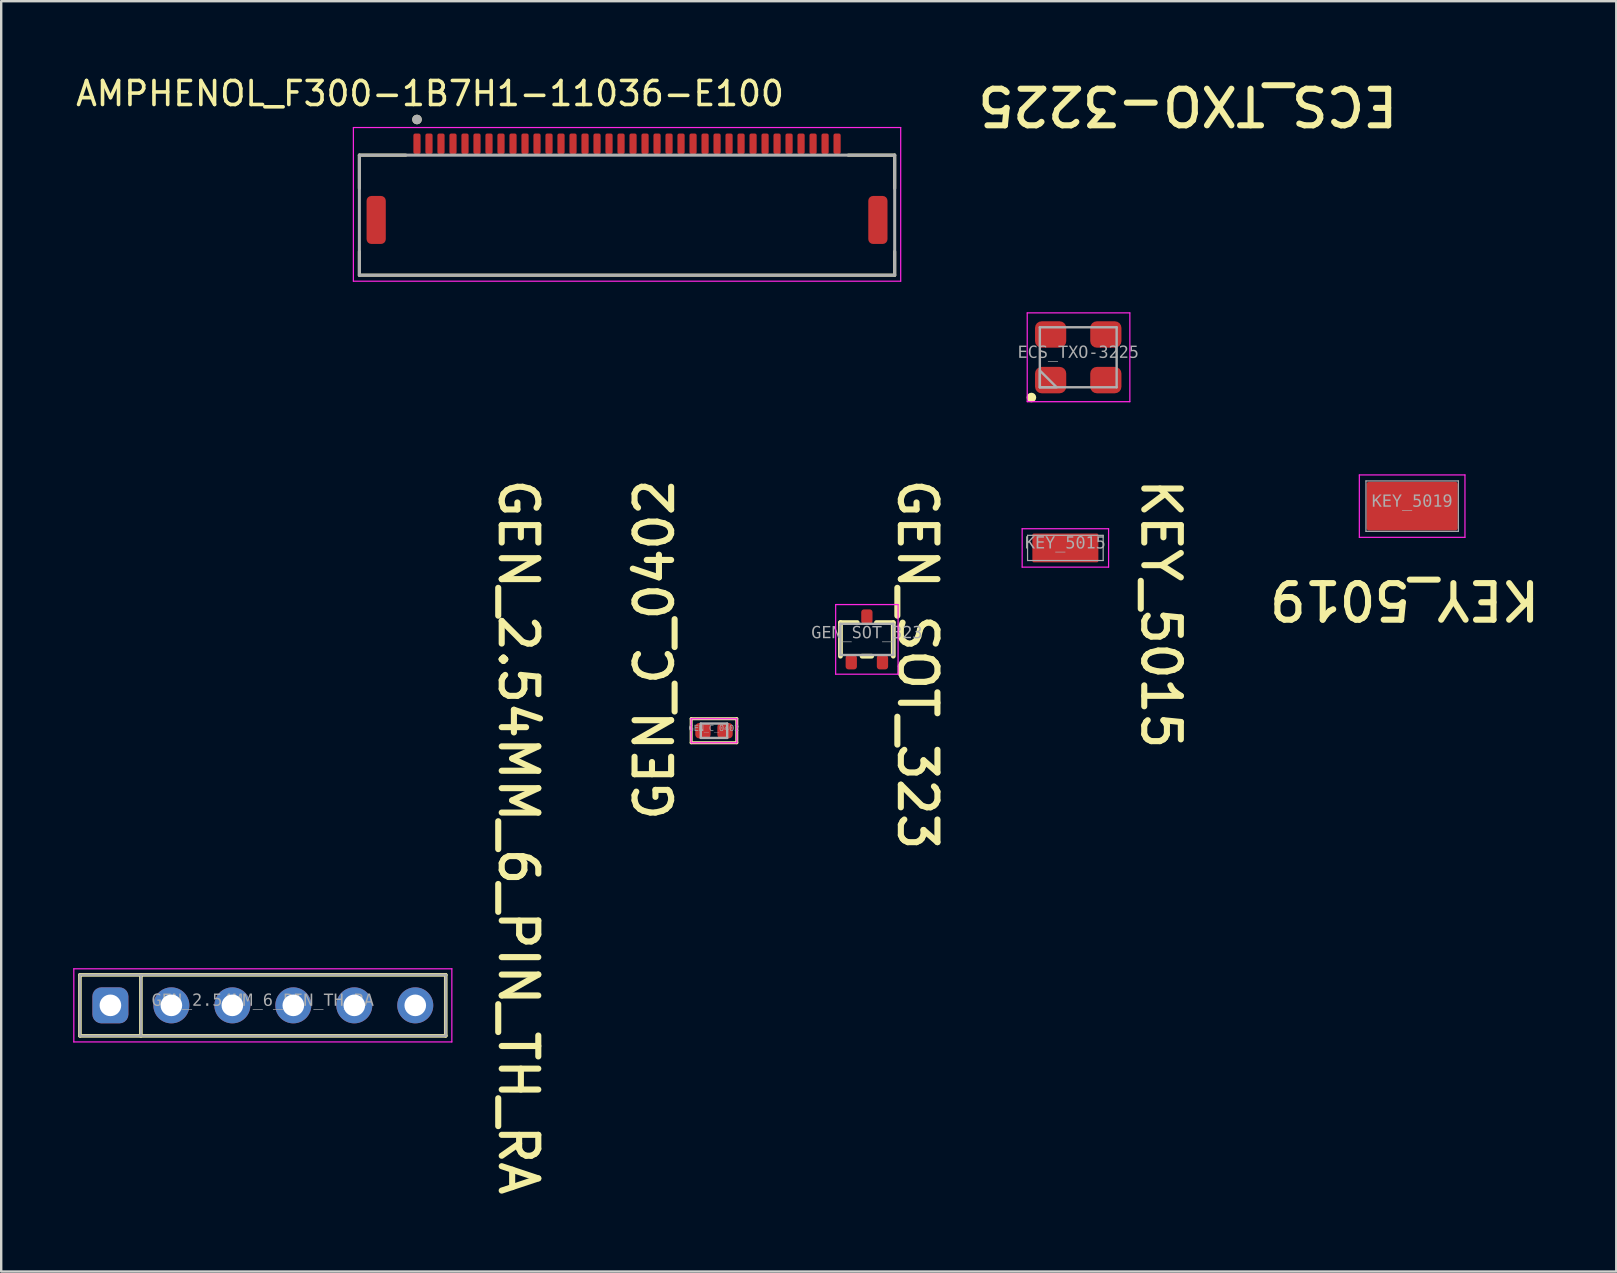
<source format=kicad_pcb>
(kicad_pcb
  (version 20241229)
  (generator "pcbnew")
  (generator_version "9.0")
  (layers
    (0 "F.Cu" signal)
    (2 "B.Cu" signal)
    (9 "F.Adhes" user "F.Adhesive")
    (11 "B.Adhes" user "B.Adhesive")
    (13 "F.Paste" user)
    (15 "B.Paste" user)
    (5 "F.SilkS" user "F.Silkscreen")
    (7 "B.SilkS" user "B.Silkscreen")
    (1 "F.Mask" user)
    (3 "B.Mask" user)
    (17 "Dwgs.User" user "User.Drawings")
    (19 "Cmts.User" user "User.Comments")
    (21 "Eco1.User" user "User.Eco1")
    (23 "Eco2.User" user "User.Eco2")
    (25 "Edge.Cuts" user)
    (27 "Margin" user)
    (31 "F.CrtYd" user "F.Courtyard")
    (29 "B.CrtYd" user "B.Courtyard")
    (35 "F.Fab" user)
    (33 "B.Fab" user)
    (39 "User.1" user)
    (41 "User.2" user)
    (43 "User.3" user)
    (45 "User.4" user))
  (footprint "GEN_C_0402"
    (layer "F.Cu")
    (at 26.693 27.39)
    (property "Reference" "GEN_C_0402" (at -2.477 -3.377 90) (unlocked yes) (layer "F.SilkS") (effects (font (size 1.524 1.524) (thickness 0.254))))
    (fp_line (start -0.95 -0.5) (end -0.95 0.5) (stroke (width 0.127) (type solid)) (layer "F.SilkS"))
    (fp_line (start 0.95 -0.5) (end -0.95 -0.5) (stroke (width 0.127) (type solid)) (layer "F.SilkS"))
    (fp_line (start 0.95 -0.5) (end 0.95 0.5) (stroke (width 0.127) (type solid)) (layer "F.SilkS"))
    (fp_line (start 0.95 0.5) (end -0.95 0.5) (stroke (width 0.127) (type solid)) (layer "F.SilkS"))
    (fp_line (start -0.95 -0.5) (end -0.95 0.5) (stroke (width 0.05) (type solid)) (layer "F.CrtYd"))
    (fp_line (start 0.95 -0.5) (end -0.95 -0.5) (stroke (width 0.05) (type solid)) (layer "F.CrtYd"))
    (fp_line (start 0.95 -0.5) (end 0.95 0.5) (stroke (width 0.05) (type solid)) (layer "F.CrtYd"))
    (fp_line (start 0.95 0.5) (end -0.95 0.5) (stroke (width 0.05) (type solid)) (layer "F.CrtYd"))
    (fp_line (start -0.55 -0.3) (end -0.55 0.3) (stroke (width 0.1) (type solid)) (layer "F.Fab"))
    (fp_line (start 0.55 -0.3) (end -0.55 -0.3) (stroke (width 0.1) (type solid)) (layer "F.Fab"))
    (fp_line (start 0.55 -0.3) (end 0.55 0.3) (stroke (width 0.1) (type solid)) (layer "F.Fab"))
    (fp_line (start 0.55 0.3) (end -0.55 0.3) (stroke (width 0.1) (type solid)) (layer "F.Fab"))
    (fp_line (start 0 -0.3) (end 0 0.3) (stroke (width 0.1) (type solid)) (layer "User.2"))
    (fp_line (start 0.3 0) (end -0.3 0) (stroke (width 0.1) (type solid)) (layer "User.2"))
    (fp_text user "${REFERENCE}" (at 0.000005 -0.093 0) (unlocked yes) (layer "F.Fab") (effects (font (face "Consolas") (size 0.25 0.25) (thickness 0.254))))
    (pad "1" smd roundrect (at -0.46 0 90) (size 0.64 0.64) (layers "F.Cu" "F.Mask" "F.Paste") (roundrect_rratio 0.25))
    (pad "2" smd roundrect (at 0.46 0 90) (size 0.64 0.64) (layers "F.Cu" "F.Mask" "F.Paste") (roundrect_rratio 0.25)))
  (footprint "ECS_TXO-3225"
    (layer "F.Cu")
    (at 41.867 11.834)
    (property "Reference" "ECS_TXO-3225" (at 4.565 -10.496 180) (unlocked yes) (layer "F.SilkS") (effects (font (size 1.524 1.524) (thickness 0.254))))
    (fp_circle (center -1.95 1.675) (end -1.95 1.775) (stroke (width 0.2) (type solid)) (fill no) (layer "F.SilkS"))
    (fp_line (start -2.125 -1.85) (end -2.125 1.85) (stroke (width 0.05) (type solid)) (layer "F.CrtYd"))
    (fp_line (start 2.15 -1.85) (end -2.125 -1.85) (stroke (width 0.05) (type solid)) (layer "F.CrtYd"))
    (fp_line (start 2.15 -1.85) (end 2.15 1.85) (stroke (width 0.05) (type solid)) (layer "F.CrtYd"))
    (fp_line (start 2.15 1.85) (end -2.125 1.85) (stroke (width 0.05) (type solid)) (layer "F.CrtYd"))
    (fp_line (start -1.6 -1.25) (end -1.6 1.25) (stroke (width 0.1) (type solid)) (layer "F.Fab"))
    (fp_line (start 1.6 -1.25) (end -1.6 -1.25) (stroke (width 0.1) (type solid)) (layer "F.Fab"))
    (fp_line (start 1.6 -1.25) (end 1.6 1.25) (stroke (width 0.1) (type solid)) (layer "F.Fab"))
    (fp_line (start 1.6 1.25) (end -1.6 1.25) (stroke (width 0.1) (type solid)) (layer "F.Fab"))
    (fp_poly (pts (xy -0.9 1.25) (xy -1.6 0.55) (xy -1.6 1.25)) (stroke (width 0.1) (type default)) (fill no) (layer "F.Fab"))
    (fp_line (start 0 -0.3) (end 0 0.3) (stroke (width 0.1) (type solid)) (layer "User.1"))
    (fp_line (start 0.3 0) (end -0.3 0) (stroke (width 0.1) (type solid)) (layer "User.1"))
    (fp_text user "${REFERENCE}" (at 0 -0.184 0) (unlocked yes) (layer "F.Fab") (effects (font (face "Consolas") (size 0.5 0.5) (thickness 0.254))))
    (pad "1" smd roundrect (at -1.15 0.95) (size 1.3 1.1) (layers "F.Cu" "F.Mask" "F.Paste") (roundrect_rratio 0.25))
    (pad "2" smd roundrect (at 1.15 0.95 180) (size 1.3 1.1) (layers "F.Cu" "F.Mask" "F.Paste") (roundrect_rratio 0.25))
    (pad "3" smd roundrect (at 1.15 -0.95 180) (size 1.3 1.1) (layers "F.Cu" "F.Mask" "F.Paste") (roundrect_rratio 0.25))
    (pad "4" smd roundrect (at -1.15 -0.95) (size 1.3 1.1) (layers "F.Cu" "F.Mask" "F.Paste") (roundrect_rratio 0.25)))
  (footprint "GEN_2.54MM_6_PIN_TH_RA"
    (layer "F.Cu")
    (at 7.899 38.831)
    (property "Reference" "GEN_2.54MM_6_PIN_TH_RA" (at 10.643 -7.016 270) (unlocked yes) (layer "F.SilkS") (effects (font (size 1.524 1.524) (thickness 0.254))))
    (fp_line (start -7.62 -1.27) (end 7.62 -1.27) (stroke (width 0.15) (type solid)) (layer "F.SilkS"))
    (fp_line (start -7.62 1.27) (end -7.62 -1.27) (stroke (width 0.15) (type solid)) (layer "F.SilkS"))
    (fp_line (start -7.62 1.27) (end 7.62 1.27) (stroke (width 0.15) (type solid)) (layer "F.SilkS"))
    (fp_line (start -5.08 1.27) (end -5.08 -1.27) (stroke (width 0.15) (type solid)) (layer "F.SilkS"))
    (fp_line (start 7.62 1.27) (end 7.62 -1.27) (stroke (width 0.15) (type solid)) (layer "F.SilkS"))
    (fp_line (start -7.874 -1.524) (end 7.874 -1.524) (stroke (width 0.05) (type solid)) (layer "F.CrtYd"))
    (fp_line (start -7.874 1.524) (end -7.874 -1.524) (stroke (width 0.05) (type solid)) (layer "F.CrtYd"))
    (fp_line (start -7.874 1.524) (end 7.874 1.524) (stroke (width 0.05) (type solid)) (layer "F.CrtYd"))
    (fp_line (start 7.874 1.524) (end 7.874 -1.524) (stroke (width 0.05) (type solid)) (layer "F.CrtYd"))
    (fp_line (start -7.62 -1.27) (end 7.62 -1.27) (stroke (width 0.1) (type solid)) (layer "F.Fab"))
    (fp_line (start -7.62 1.27) (end -7.62 -1.27) (stroke (width 0.1) (type solid)) (layer "F.Fab"))
    (fp_line (start -7.62 1.27) (end 7.62 1.27) (stroke (width 0.1) (type solid)) (layer "F.Fab"))
    (fp_line (start -5.08 1.27) (end -5.08 -1.27) (stroke (width 0.1) (type solid)) (layer "F.Fab"))
    (fp_line (start 7.62 1.27) (end 7.62 -1.27) (stroke (width 0.1) (type solid)) (layer "F.Fab"))
    (fp_line (start -0.5 0) (end 0.5 0) (stroke (width 0.1) (type solid)) (layer "User.2"))
    (fp_line (start 0 0.5) (end 0 -0.5) (stroke (width 0.1) (type solid)) (layer "User.2"))
    (fp_text user "${REFERENCE}" (at 0 -0.189 0) (unlocked yes) (layer "F.Fab") (effects (font (face "Consolas") (size 0.5 0.5) (thickness 0.254))))
    (pad "1" thru_hole roundrect (at -6.35 0) (size 1.5 1.5) (drill 0.9) (layers "*.Cu" "*.Mask") (roundrect_rratio 0.25))
    (pad "2" thru_hole circle (at -3.81 0) (size 1.5 1.5) (drill 0.9) (layers "*.Cu" "*.Mask"))
    (pad "3" thru_hole circle (at -1.27 0) (size 1.5 1.5) (drill 0.9) (layers "*.Cu" "*.Mask"))
    (pad "4" thru_hole circle (at 1.27 0) (size 1.5 1.5) (drill 0.9) (layers "*.Cu" "*.Mask"))
    (pad "5" thru_hole circle (at 3.81 0) (size 1.5 1.5) (drill 0.9) (layers "*.Cu" "*.Mask"))
    (pad "6" thru_hole circle (at 6.35 0) (size 1.5 1.5) (drill 0.9) (layers "*.Cu" "*.Mask")))
  (footprint "KEY_5015"
    (layer "F.Cu")
    (at 41.331 19.776)
    (property "Reference" "KEY_5015" (at 3.978 2.75 270) (unlocked yes) (layer "F.SilkS") (effects (font (size 1.524 1.524) (thickness 0.254))))
    (fp_line (start -1.8 -0.8) (end 1.8 -0.8) (stroke (width 0.05) (type solid)) (layer "F.CrtYd"))
    (fp_line (start -1.8 0.8) (end -1.8 -0.8) (stroke (width 0.05) (type solid)) (layer "F.CrtYd"))
    (fp_line (start -1.8 0.8) (end 1.8 0.8) (stroke (width 0.05) (type solid)) (layer "F.CrtYd"))
    (fp_line (start 1.8 0.8) (end 1.8 -0.8) (stroke (width 0.05) (type solid)) (layer "F.CrtYd"))
    (fp_line (start -1.575 -0.525) (end 1.575 -0.525) (stroke (width 0.05) (type solid)) (layer "F.Fab"))
    (fp_line (start -1.575 0.525) (end -1.575 -0.525) (stroke (width 0.05) (type solid)) (layer "F.Fab"))
    (fp_line (start -1.575 0.525) (end 1.575 0.525) (stroke (width 0.05) (type solid)) (layer "F.Fab"))
    (fp_line (start 1.575 0.525) (end 1.575 -0.525) (stroke (width 0.05) (type solid)) (layer "F.Fab"))
    (fp_line (start -0.3 0) (end 0.3 0) (stroke (width 0.1) (type solid)) (layer "User.2"))
    (fp_line (start 0 0.3) (end 0 -0.3) (stroke (width 0.1) (type solid)) (layer "User.2"))
    (fp_text user "${REFERENCE}" (at -0.000005 -0.185 0) (unlocked yes) (layer "F.Fab") (effects (font (face "Consolas") (size 0.5 0.5) (thickness 0.254))))
    (pad "1" smd roundrect (at 0 0) (size 2.75 1.2) (layers "F.Cu" "F.Mask" "F.Paste") (roundrect_rratio 0.05)))
  (footprint "GEN_SOT_323"
    (layer "F.Cu")
    (at 33.062 23.585)
    (property "Reference" "GEN_SOT_323" (at 2.107 1.045 270) (unlocked yes) (layer "F.SilkS") (effects (font (size 1.524 1.524) (thickness 0.254))))
    (fp_line (start -1.1 -0.7) (end -0.4 -0.7) (stroke (width 0.2) (type solid)) (layer "F.SilkS"))
    (fp_line (start -1.1 0.7) (end -1.1 -0.7) (stroke (width 0.2) (type solid)) (layer "F.SilkS"))
    (fp_line (start -0.2 0.7) (end 0.2 0.7) (stroke (width 0.2) (type solid)) (layer "F.SilkS"))
    (fp_line (start 0.4 -0.7) (end 1.1 -0.7) (stroke (width 0.2) (type solid)) (layer "F.SilkS"))
    (fp_line (start 1.1 0.7) (end 1.1 -0.7) (stroke (width 0.2) (type solid)) (layer "F.SilkS"))
    (fp_line (start -1.3 -1.45) (end 1.3 -1.45) (stroke (width 0.05) (type solid)) (layer "F.CrtYd"))
    (fp_line (start -1.3 1.45) (end -1.3 -1.45) (stroke (width 0.05) (type solid)) (layer "F.CrtYd"))
    (fp_line (start -1.3 1.45) (end 1.3 1.45) (stroke (width 0.05) (type solid)) (layer "F.CrtYd"))
    (fp_line (start 1.3 1.45) (end 1.3 -1.45) (stroke (width 0.05) (type solid)) (layer "F.CrtYd"))
    (fp_line (start -1.1 -0.65) (end 1.1 -0.65) (stroke (width 0.1) (type solid)) (layer "F.Fab"))
    (fp_line (start -1.1 0.65) (end -1.1 -0.65) (stroke (width 0.1) (type solid)) (layer "F.Fab"))
    (fp_line (start -1.1 0.65) (end 1.1 0.65) (stroke (width 0.1) (type solid)) (layer "F.Fab"))
    (fp_line (start 1.1 0.65) (end 1.1 -0.65) (stroke (width 0.1) (type solid)) (layer "F.Fab"))
    (fp_line (start -0.5 0) (end 0.5 0) (stroke (width 0.1) (type solid)) (layer "User.2"))
    (fp_line (start 0 0.5) (end 0 -0.5) (stroke (width 0.1) (type solid)) (layer "User.2"))
    (fp_text user "${REFERENCE}" (at -0.000005 -0.256 0) (unlocked yes) (layer "F.Fab") (effects (font (face "Consolas") (size 0.5 0.5) (thickness 0.254))))
    (pad "1" smd roundrect (at 0 -0.95) (size 0.47 0.6) (layers "F.Cu" "F.Mask" "F.Paste") (roundrect_rratio 0.25))
    (pad "2" smd roundrect (at -0.65 0.95) (size 0.47 0.6) (layers "F.Cu" "F.Mask" "F.Paste") (roundrect_rratio 0.25))
    (pad "3" smd roundrect (at 0.65 0.95) (size 0.47 0.6) (layers "F.Cu" "F.Mask" "F.Paste") (roundrect_rratio 0.25)))
  (footprint "KEY_5019"
    (layer "F.Cu")
    (at 55.777 18.034)
    (property "Reference" "KEY_5019" (at -0.314 3.899 180) (unlocked yes) (layer "F.SilkS") (effects (font (size 1.524 1.524) (thickness 0.254))))
    (fp_line (start -2.2 -1.3) (end -2.2 1.3) (stroke (width 0.05) (type solid)) (layer "F.CrtYd"))
    (fp_line (start -2.2 -1.3) (end 2.2 -1.3) (stroke (width 0.05) (type solid)) (layer "F.CrtYd"))
    (fp_line (start -2.2 1.3) (end 2.2 1.3) (stroke (width 0.05) (type solid)) (layer "F.CrtYd"))
    (fp_line (start 2.2 -1.3) (end 2.2 1.3) (stroke (width 0.05) (type solid)) (layer "F.CrtYd"))
    (fp_line (start -1.925 -1.05) (end -1.925 1.05) (stroke (width 0.05) (type solid)) (layer "F.Fab"))
    (fp_line (start -1.925 -1.05) (end 1.925 -1.05) (stroke (width 0.05) (type solid)) (layer "F.Fab"))
    (fp_line (start -1.925 1.05) (end 1.925 1.05) (stroke (width 0.05) (type solid)) (layer "F.Fab"))
    (fp_line (start 1.925 -1.05) (end 1.925 1.05) (stroke (width 0.05) (type solid)) (layer "F.Fab"))
    (fp_line (start -0.3 0) (end 0.3 0) (stroke (width 0.1) (type solid)) (layer "User.2"))
    (fp_line (start 0 -0.3) (end 0 0.3) (stroke (width 0.1) (type solid)) (layer "User.2"))
    (fp_text user "${REFERENCE}" (at 0.000005 -0.182 0) (unlocked yes) (layer "F.Fab") (effects (font (face "Consolas") (size 0.5 0.5) (thickness 0.254))))
    (pad "1" smd roundrect (at 0 0) (size 3.8 2.03) (layers "F.Cu" "F.Mask" "F.Paste") (roundrect_rratio 0.05)))
  (footprint "AMPHENOL_F300-1B7H1-11036-E100"
    (layer "F.Cu")
    (at 23.071 5.913)
    (property "Reference" "AMPHENOL_F300-1B7H1-11036-E100" (at -8.207 -5.065 0) (layer "F.SilkS") (effects (font (size 1 1) (thickness 0.15))))
    (attr smd)
    (fp_line (start -11.15 -2.5) (end -11.15 -1.115) (stroke (width 0.127) (type solid)) (layer "F.SilkS"))
    (fp_line (start -11.15 -2.5) (end -9.215 -2.5) (stroke (width 0.127) (type solid)) (layer "F.SilkS"))
    (fp_line (start -11.15 1.515) (end -11.15 2.5) (stroke (width 0.127) (type solid)) (layer "F.SilkS"))
    (fp_line (start -11.15 2.5) (end 11.15 2.5) (stroke (width 0.127) (type solid)) (layer "F.SilkS"))
    (fp_line (start 11.15 -2.5) (end 9.215 -2.5) (stroke (width 0.127) (type solid)) (layer "F.SilkS"))
    (fp_line (start 11.15 -1.115) (end 11.15 -2.5) (stroke (width 0.127) (type solid)) (layer "F.SilkS"))
    (fp_line (start 11.15 2.5) (end 11.15 1.515) (stroke (width 0.127) (type solid)) (layer "F.SilkS"))
    (fp_circle (center -8.75 -3.985) (end -8.65 -3.985) (stroke (width 0.2) (type solid)) (fill no) (layer "F.SilkS"))
    (fp_line (start -11.4 -3.65) (end -11.4 2.75) (stroke (width 0.05) (type solid)) (layer "F.CrtYd"))
    (fp_line (start -11.4 2.75) (end 11.4 2.75) (stroke (width 0.05) (type solid)) (layer "F.CrtYd"))
    (fp_line (start 11.4 -3.65) (end -11.4 -3.65) (stroke (width 0.05) (type solid)) (layer "F.CrtYd"))
    (fp_line (start 11.4 2.75) (end 11.4 -3.65) (stroke (width 0.05) (type solid)) (layer "F.CrtYd"))
    (fp_line (start -11.15 -2.5) (end -11.15 2.5) (stroke (width 0.127) (type solid)) (layer "F.Fab"))
    (fp_line (start -11.15 2.5) (end 11.15 2.5) (stroke (width 0.127) (type solid)) (layer "F.Fab"))
    (fp_line (start 11.15 -2.5) (end -11.15 -2.5) (stroke (width 0.127) (type solid)) (layer "F.Fab"))
    (fp_line (start 11.15 2.5) (end 11.15 -2.5) (stroke (width 0.127) (type solid)) (layer "F.Fab"))
    (fp_circle (center -8.75 -3.985) (end -8.65 -3.985) (stroke (width 0.2) (type solid)) (fill no) (layer "F.Fab"))
    (pad "1" smd roundrect (at -8.75 -2.975) (size 0.3 0.85) (layers "F.Cu" "F.Mask" "F.Paste") (roundrect_rratio 0.25))
    (pad "2" smd roundrect (at -8.25 -2.975) (size 0.3 0.85) (layers "F.Cu" "F.Mask" "F.Paste") (roundrect_rratio 0.25))
    (pad "3" smd roundrect (at -7.75 -2.975) (size 0.3 0.85) (layers "F.Cu" "F.Mask" "F.Paste") (roundrect_rratio 0.25))
    (pad "4" smd roundrect (at -7.25 -2.975) (size 0.3 0.85) (layers "F.Cu" "F.Mask" "F.Paste") (roundrect_rratio 0.25))
    (pad "5" smd roundrect (at -6.75 -2.975) (size 0.3 0.85) (layers "F.Cu" "F.Mask" "F.Paste") (roundrect_rratio 0.25))
    (pad "6" smd roundrect (at -6.25 -2.975) (size 0.3 0.85) (layers "F.Cu" "F.Mask" "F.Paste") (roundrect_rratio 0.25))
    (pad "7" smd roundrect (at -5.75 -2.975) (size 0.3 0.85) (layers "F.Cu" "F.Mask" "F.Paste") (roundrect_rratio 0.25))
    (pad "8" smd roundrect (at -5.25 -2.975) (size 0.3 0.85) (layers "F.Cu" "F.Mask" "F.Paste") (roundrect_rratio 0.25))
    (pad "9" smd roundrect (at -4.75 -2.975) (size 0.3 0.85) (layers "F.Cu" "F.Mask" "F.Paste") (roundrect_rratio 0.25))
    (pad "10" smd roundrect (at -4.25 -2.975) (size 0.3 0.85) (layers "F.Cu" "F.Mask" "F.Paste") (roundrect_rratio 0.25))
    (pad "11" smd roundrect (at -3.75 -2.975) (size 0.3 0.85) (layers "F.Cu" "F.Mask" "F.Paste") (roundrect_rratio 0.25))
    (pad "12" smd roundrect (at -3.25 -2.975) (size 0.3 0.85) (layers "F.Cu" "F.Mask" "F.Paste") (roundrect_rratio 0.25))
    (pad "13" smd roundrect (at -2.75 -2.975) (size 0.3 0.85) (layers "F.Cu" "F.Mask" "F.Paste") (roundrect_rratio 0.25))
    (pad "14" smd roundrect (at -2.25 -2.975) (size 0.3 0.85) (layers "F.Cu" "F.Mask" "F.Paste") (roundrect_rratio 0.25))
    (pad "15" smd roundrect (at -1.75 -2.975) (size 0.3 0.85) (layers "F.Cu" "F.Mask" "F.Paste") (roundrect_rratio 0.25))
    (pad "16" smd roundrect (at -1.25 -2.975) (size 0.3 0.85) (layers "F.Cu" "F.Mask" "F.Paste") (roundrect_rratio 0.25))
    (pad "17" smd roundrect (at -0.75 -2.975) (size 0.3 0.85) (layers "F.Cu" "F.Mask" "F.Paste") (roundrect_rratio 0.25))
    (pad "18" smd roundrect (at -0.25 -2.975) (size 0.3 0.85) (layers "F.Cu" "F.Mask" "F.Paste") (roundrect_rratio 0.25))
    (pad "19" smd roundrect (at 0.25 -2.975) (size 0.3 0.85) (layers "F.Cu" "F.Mask" "F.Paste") (roundrect_rratio 0.25))
    (pad "20" smd roundrect (at 0.75 -2.975) (size 0.3 0.85) (layers "F.Cu" "F.Mask" "F.Paste") (roundrect_rratio 0.25))
    (pad "21" smd roundrect (at 1.25 -2.975) (size 0.3 0.85) (layers "F.Cu" "F.Mask" "F.Paste") (roundrect_rratio 0.25))
    (pad "22" smd roundrect (at 1.75 -2.975) (size 0.3 0.85) (layers "F.Cu" "F.Mask" "F.Paste") (roundrect_rratio 0.25))
    (pad "23" smd roundrect (at 2.25 -2.975) (size 0.3 0.85) (layers "F.Cu" "F.Mask" "F.Paste") (roundrect_rratio 0.25))
    (pad "24" smd roundrect (at 2.75 -2.975) (size 0.3 0.85) (layers "F.Cu" "F.Mask" "F.Paste") (roundrect_rratio 0.25))
    (pad "25" smd roundrect (at 3.25 -2.975) (size 0.3 0.85) (layers "F.Cu" "F.Mask" "F.Paste") (roundrect_rratio 0.25))
    (pad "26" smd roundrect (at 3.75 -2.975) (size 0.3 0.85) (layers "F.Cu" "F.Mask" "F.Paste") (roundrect_rratio 0.25))
    (pad "27" smd roundrect (at 4.25 -2.975) (size 0.3 0.85) (layers "F.Cu" "F.Mask" "F.Paste") (roundrect_rratio 0.25))
    (pad "28" smd roundrect (at 4.75 -2.975) (size 0.3 0.85) (layers "F.Cu" "F.Mask" "F.Paste") (roundrect_rratio 0.25))
    (pad "29" smd roundrect (at 5.25 -2.975) (size 0.3 0.85) (layers "F.Cu" "F.Mask" "F.Paste") (roundrect_rratio 0.25))
    (pad "30" smd roundrect (at 5.75 -2.975) (size 0.3 0.85) (layers "F.Cu" "F.Mask" "F.Paste") (roundrect_rratio 0.25))
    (pad "31" smd roundrect (at 6.25 -2.975) (size 0.3 0.85) (layers "F.Cu" "F.Mask" "F.Paste") (roundrect_rratio 0.25))
    (pad "32" smd roundrect (at 6.75 -2.975) (size 0.3 0.85) (layers "F.Cu" "F.Mask" "F.Paste") (roundrect_rratio 0.25))
    (pad "33" smd roundrect (at 7.25 -2.975) (size 0.3 0.85) (layers "F.Cu" "F.Mask" "F.Paste") (roundrect_rratio 0.25))
    (pad "34" smd roundrect (at 7.75 -2.975) (size 0.3 0.85) (layers "F.Cu" "F.Mask" "F.Paste") (roundrect_rratio 0.25))
    (pad "35" smd roundrect (at 8.25 -2.975) (size 0.3 0.85) (layers "F.Cu" "F.Mask" "F.Paste") (roundrect_rratio 0.25))
    (pad "36" smd roundrect (at 8.75 -2.975) (size 0.3 0.85) (layers "F.Cu" "F.Mask" "F.Paste") (roundrect_rratio 0.25))
    (pad "SH1" smd roundrect (at -10.45 0.2) (size 0.8 2) (layers "F.Cu" "F.Mask" "F.Paste") (roundrect_rratio 0.25))
    (pad "SH2" smd roundrect (at 10.45 0.2) (size 0.8 2) (layers "F.Cu" "F.Mask" "F.Paste") (roundrect_rratio 0.25)))
  (gr_rect
    (start -3 -3)
    (end 64.28 49.92)
    (stroke (width 0.1) (type default))
    (fill no)
    (layer "Edge.Cuts")))
</source>
